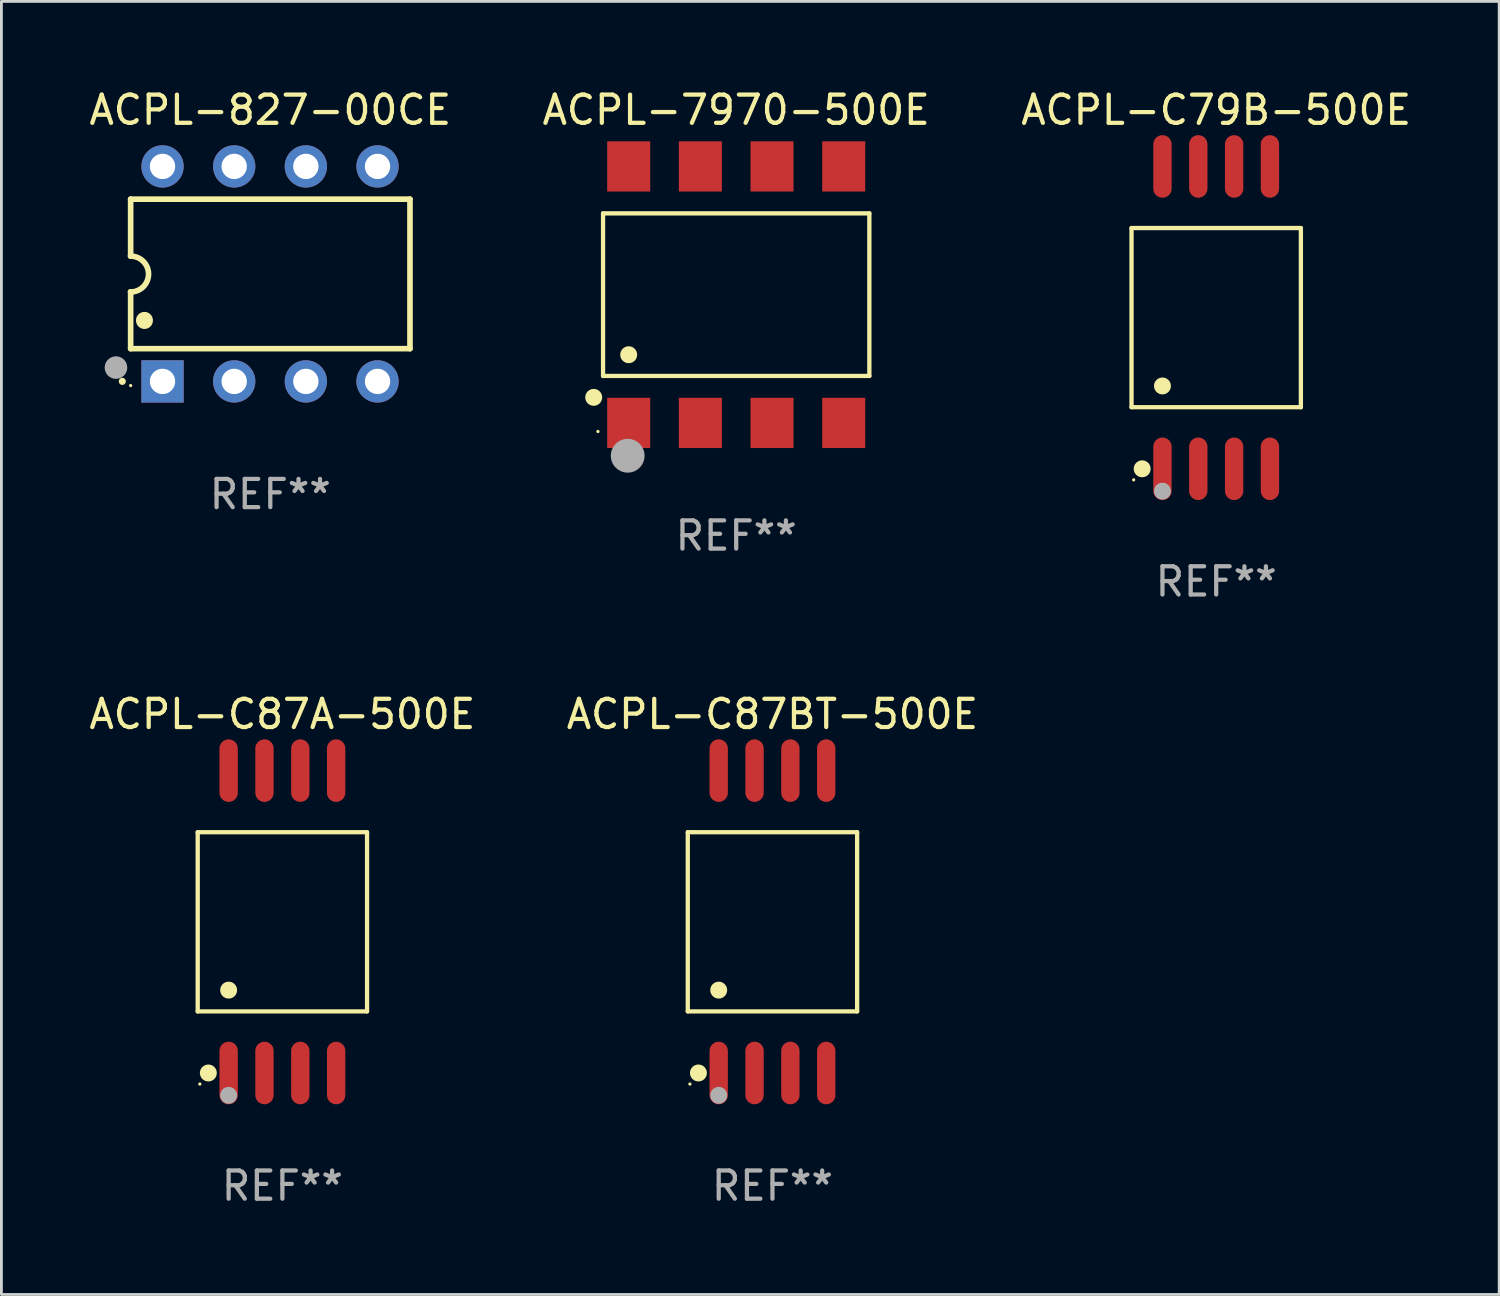
<source format=kicad_pcb>
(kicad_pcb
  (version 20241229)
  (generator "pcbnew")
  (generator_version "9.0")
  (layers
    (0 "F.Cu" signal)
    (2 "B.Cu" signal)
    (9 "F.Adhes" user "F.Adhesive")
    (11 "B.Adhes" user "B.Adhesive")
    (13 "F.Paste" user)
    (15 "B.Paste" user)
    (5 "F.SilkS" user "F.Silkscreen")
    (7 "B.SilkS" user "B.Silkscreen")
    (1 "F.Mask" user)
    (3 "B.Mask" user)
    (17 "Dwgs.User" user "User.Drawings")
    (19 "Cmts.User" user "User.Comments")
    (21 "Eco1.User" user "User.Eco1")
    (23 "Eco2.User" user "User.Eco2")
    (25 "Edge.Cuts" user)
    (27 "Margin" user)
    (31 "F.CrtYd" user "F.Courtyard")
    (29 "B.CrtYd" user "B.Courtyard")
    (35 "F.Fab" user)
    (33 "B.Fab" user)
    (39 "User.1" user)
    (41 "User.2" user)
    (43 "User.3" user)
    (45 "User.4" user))
  (footprint "ACPL-827-00CE"
    (layer "F.Cu")
    (at 6.53 6.658)
    (property "Reference" "ACPL-827-00CE" (at 0 -5.81 0) (layer "F.SilkS") (effects (font (size 1 1) (thickness 0.15))))
    (attr through_hole)
    (fp_line (start -4.95 -2.649) (end 4.95 -2.649) (stroke (width 0.2) (type solid)) (layer "F.SilkS"))
    (fp_line (start -4.95 -0.635) (end -4.95 -2.649) (stroke (width 0.2) (type solid)) (layer "F.SilkS"))
    (fp_line (start -4.95 0.635) (end -4.95 0.64) (stroke (width 0.2) (type solid)) (layer "F.SilkS"))
    (fp_line (start -4.95 2.649) (end -4.95 0.635) (stroke (width 0.2) (type solid)) (layer "F.SilkS"))
    (fp_line (start -4.95 -0.64) (end -4.95 -0.635) (stroke (width 0.2) (type solid)) (layer "F.SilkS"))
    (fp_line (start 4.95 -2.649) (end 4.95 2.649) (stroke (width 0.2) (type solid)) (layer "F.SilkS"))
    (fp_line (start 4.95 2.649) (end -4.95 2.649) (stroke (width 0.2) (type solid)) (layer "F.SilkS"))
    (fp_arc (start -5.24511 3.810008) (mid -5.245117 3.808738) (end -5.24511 3.807468) (stroke (width 0.25) (type solid)) (layer "F.SilkS"))
    (fp_arc (start -4.950165 -0.629997) (mid -4.315164 0.005004) (end -4.950165 0.640005) (stroke (width 0.2) (type solid)) (layer "F.SilkS"))
    (fp_arc (start -4.460249 1.651003) (mid -4.46026 1.648463) (end -4.460249 1.645923) (stroke (width 0.6) (type solid)) (layer "F.SilkS"))
    (fp_circle (center -4.95 3.956) (end -4.92 3.956) (stroke (width 0.06) (type solid)) (fill no) (layer "F.SilkS"))
    (fp_circle (center -5.47 3.32) (end -5.27 3.32) (stroke (width 0.4) (type solid)) (fill no) (layer "F.Fab"))
    (fp_text user "REF**" (at 0 7.81 0) (layer "F.Fab") (effects (font (size 1 1) (thickness 0.15))))
    (pad "1" thru_hole rect (at -3.82 3.81) (size 1.5 1.5) (drill 0.9) (layers "*.Cu" "*.Mask"))
    (pad "2" thru_hole circle (at -1.28 3.81) (size 1.5 1.5) (drill 0.9) (layers "*.Cu" "*.Mask"))
    (pad "3" thru_hole circle (at 1.26 3.81) (size 1.5 1.5) (drill 0.9) (layers "*.Cu" "*.Mask"))
    (pad "4" thru_hole circle (at 3.8 3.81) (size 1.5 1.5) (drill 0.9) (layers "*.Cu" "*.Mask"))
    (pad "5" thru_hole circle (at 3.8 -3.81) (size 1.5 1.5) (drill 0.9) (layers "*.Cu" "*.Mask"))
    (pad "6" thru_hole circle (at 1.26 -3.81) (size 1.5 1.5) (drill 0.9) (layers "*.Cu" "*.Mask"))
    (pad "7" thru_hole circle (at -1.28 -3.81) (size 1.5 1.5) (drill 0.9) (layers "*.Cu" "*.Mask"))
    (pad "8" thru_hole circle (at -3.82 -3.81) (size 1.5 1.5) (drill 0.9) (layers "*.Cu" "*.Mask")))
  (footprint "ACPL-C79B-500E"
    (layer "F.Cu")
    (at 40.054 8.207)
    (property "Reference" "ACPL-C79B-500E" (at 0 -7.358 0) (layer "F.SilkS") (effects (font (size 1 1) (thickness 0.15))))
    (attr through_hole)
    (fp_line (start -3.001 -3.175) (end 3.001 -3.175) (stroke (width 0.152) (type solid)) (layer "F.SilkS"))
    (fp_line (start -3.001 3.175) (end -3.001 -3.175) (stroke (width 0.152) (type solid)) (layer "F.SilkS"))
    (fp_line (start 3.001 -3.175) (end 3.001 3.175) (stroke (width 0.152) (type solid)) (layer "F.SilkS"))
    (fp_line (start 3.001 3.175) (end -3.001 3.175) (stroke (width 0.152) (type solid)) (layer "F.SilkS"))
    (fp_circle (center -2.925 5.75) (end -2.895 5.75) (stroke (width 0.06) (type solid)) (fill no) (layer "F.SilkS"))
    (fp_circle (center -2.624 5.358) (end -2.474 5.358) (stroke (width 0.3) (type solid)) (fill no) (layer "F.SilkS"))
    (fp_circle (center -1.905 2.422) (end -1.755 2.422) (stroke (width 0.3) (type solid)) (fill no) (layer "F.SilkS"))
    (fp_circle (center -1.905 6.15) (end -1.755 6.15) (stroke (width 0.3) (type solid)) (fill no) (layer "F.Fab"))
    (fp_text user "REF**" (at 0 9.358 0) (layer "F.Fab") (effects (font (size 1 1) (thickness 0.15))))
    (pad "1" smd oval (at -1.905 5.358) (size 0.65 2.217) (layers "F.Cu" "F.Mask" "F.Paste"))
    (pad "2" smd oval (at -0.635 5.358) (size 0.65 2.217) (layers "F.Cu" "F.Mask" "F.Paste"))
    (pad "3" smd oval (at 0.635 5.358) (size 0.65 2.217) (layers "F.Cu" "F.Mask" "F.Paste"))
    (pad "4" smd oval (at 1.905 5.358) (size 0.65 2.217) (layers "F.Cu" "F.Mask" "F.Paste"))
    (pad "5" smd oval (at 1.905 -5.358) (size 0.65 2.217) (layers "F.Cu" "F.Mask" "F.Paste"))
    (pad "6" smd oval (at 0.635 -5.358) (size 0.65 2.217) (layers "F.Cu" "F.Mask" "F.Paste"))
    (pad "7" smd oval (at -0.635 -5.358) (size 0.65 2.217) (layers "F.Cu" "F.Mask" "F.Paste"))
    (pad "8" smd oval (at -1.905 -5.358) (size 0.65 2.217) (layers "F.Cu" "F.Mask" "F.Paste")))
  (footprint "ACPL-C87A-500E"
    (layer "F.Cu")
    (at 6.958 29.62)
    (property "Reference" "ACPL-C87A-500E" (at 0 -7.358 0) (layer "F.SilkS") (effects (font (size 1 1) (thickness 0.15))))
    (attr through_hole)
    (fp_line (start -3.001 -3.175) (end 3.001 -3.175) (stroke (width 0.152) (type solid)) (layer "F.SilkS"))
    (fp_line (start -3.001 3.175) (end -3.001 -3.175) (stroke (width 0.152) (type solid)) (layer "F.SilkS"))
    (fp_line (start 3.001 -3.175) (end 3.001 3.175) (stroke (width 0.152) (type solid)) (layer "F.SilkS"))
    (fp_line (start 3.001 3.175) (end -3.001 3.175) (stroke (width 0.152) (type solid)) (layer "F.SilkS"))
    (fp_circle (center -2.925 5.75) (end -2.895 5.75) (stroke (width 0.06) (type solid)) (fill no) (layer "F.SilkS"))
    (fp_circle (center -2.624 5.358) (end -2.474 5.358) (stroke (width 0.3) (type solid)) (fill no) (layer "F.SilkS"))
    (fp_circle (center -1.905 2.422) (end -1.755 2.422) (stroke (width 0.3) (type solid)) (fill no) (layer "F.SilkS"))
    (fp_circle (center -1.905 6.15) (end -1.755 6.15) (stroke (width 0.3) (type solid)) (fill no) (layer "F.Fab"))
    (fp_text user "REF**" (at 0 9.358 0) (layer "F.Fab") (effects (font (size 1 1) (thickness 0.15))))
    (pad "1" smd oval (at -1.905 5.358) (size 0.65 2.217) (layers "F.Cu" "F.Mask" "F.Paste"))
    (pad "2" smd oval (at -0.635 5.358) (size 0.65 2.217) (layers "F.Cu" "F.Mask" "F.Paste"))
    (pad "3" smd oval (at 0.635 5.358) (size 0.65 2.217) (layers "F.Cu" "F.Mask" "F.Paste"))
    (pad "4" smd oval (at 1.905 5.358) (size 0.65 2.217) (layers "F.Cu" "F.Mask" "F.Paste"))
    (pad "5" smd oval (at 1.905 -5.358) (size 0.65 2.217) (layers "F.Cu" "F.Mask" "F.Paste"))
    (pad "6" smd oval (at 0.635 -5.358) (size 0.65 2.217) (layers "F.Cu" "F.Mask" "F.Paste"))
    (pad "7" smd oval (at -0.635 -5.358) (size 0.65 2.217) (layers "F.Cu" "F.Mask" "F.Paste"))
    (pad "8" smd oval (at -1.905 -5.358) (size 0.65 2.217) (layers "F.Cu" "F.Mask" "F.Paste")))
  (footprint "ACPL-7970-500E"
    (layer "F.Cu")
    (at 23.042 7.393)
    (property "Reference" "ACPL-7970-500E" (at 0 -6.545 0) (layer "F.SilkS") (effects (font (size 1 1) (thickness 0.15))))
    (attr through_hole)
    (fp_line (start -4.719 -2.881) (end 4.719 -2.881) (stroke (width 0.152) (type solid)) (layer "F.SilkS"))
    (fp_line (start -4.719 2.881) (end -4.719 -2.881) (stroke (width 0.152) (type solid)) (layer "F.SilkS"))
    (fp_line (start 4.719 -2.881) (end 4.719 2.881) (stroke (width 0.152) (type solid)) (layer "F.SilkS"))
    (fp_line (start 4.719 2.881) (end -4.719 2.881) (stroke (width 0.152) (type solid)) (layer "F.SilkS"))
    (fp_circle (center -5.05 3.64) (end -4.9 3.64) (stroke (width 0.3) (type solid)) (fill no) (layer "F.SilkS"))
    (fp_circle (center -4.9 4.85) (end -4.87 4.85) (stroke (width 0.06) (type solid)) (fill no) (layer "F.SilkS"))
    (fp_circle (center -3.81 2.129) (end -3.66 2.129) (stroke (width 0.3) (type solid)) (fill no) (layer "F.SilkS"))
    (fp_circle (center -3.846 5.709) (end -3.546 5.709) (stroke (width 0.6) (type solid)) (fill no) (layer "F.Fab"))
    (fp_text user "REF**" (at 0 8.545 0) (layer "F.Fab") (effects (font (size 1 1) (thickness 0.15))))
    (pad "1" smd rect (at -3.81 4.545) (size 1.525 1.78) (layers "F.Cu" "F.Mask" "F.Paste"))
    (pad "2" smd rect (at -1.27 4.545) (size 1.525 1.78) (layers "F.Cu" "F.Mask" "F.Paste"))
    (pad "3" smd rect (at 1.27 4.545) (size 1.525 1.78) (layers "F.Cu" "F.Mask" "F.Paste"))
    (pad "4" smd rect (at 3.81 4.545) (size 1.525 1.78) (layers "F.Cu" "F.Mask" "F.Paste"))
    (pad "5" smd rect (at 3.81 -4.545) (size 1.525 1.78) (layers "F.Cu" "F.Mask" "F.Paste"))
    (pad "6" smd rect (at 1.27 -4.545) (size 1.525 1.78) (layers "F.Cu" "F.Mask" "F.Paste"))
    (pad "7" smd rect (at -1.27 -4.545) (size 1.525 1.78) (layers "F.Cu" "F.Mask" "F.Paste"))
    (pad "8" smd rect (at -3.81 -4.545) (size 1.525 1.78) (layers "F.Cu" "F.Mask" "F.Paste")))
  (footprint "ACPL-C87BT-500E"
    (layer "F.Cu")
    (at 24.327 29.62)
    (property "Reference" "ACPL-C87BT-500E" (at 0 -7.358 0) (layer "F.SilkS") (effects (font (size 1 1) (thickness 0.15))))
    (attr through_hole)
    (fp_line (start -3.001 -3.175) (end 3.001 -3.175) (stroke (width 0.152) (type solid)) (layer "F.SilkS"))
    (fp_line (start -3.001 3.175) (end -3.001 -3.175) (stroke (width 0.152) (type solid)) (layer "F.SilkS"))
    (fp_line (start 3.001 -3.175) (end 3.001 3.175) (stroke (width 0.152) (type solid)) (layer "F.SilkS"))
    (fp_line (start 3.001 3.175) (end -3.001 3.175) (stroke (width 0.152) (type solid)) (layer "F.SilkS"))
    (fp_circle (center -2.925 5.75) (end -2.895 5.75) (stroke (width 0.06) (type solid)) (fill no) (layer "F.SilkS"))
    (fp_circle (center -2.624 5.358) (end -2.474 5.358) (stroke (width 0.3) (type solid)) (fill no) (layer "F.SilkS"))
    (fp_circle (center -1.905 2.422) (end -1.755 2.422) (stroke (width 0.3) (type solid)) (fill no) (layer "F.SilkS"))
    (fp_circle (center -1.905 6.15) (end -1.755 6.15) (stroke (width 0.3) (type solid)) (fill no) (layer "F.Fab"))
    (fp_text user "REF**" (at 0 9.358 0) (layer "F.Fab") (effects (font (size 1 1) (thickness 0.15))))
    (pad "1" smd oval (at -1.905 5.358) (size 0.65 2.217) (layers "F.Cu" "F.Mask" "F.Paste"))
    (pad "2" smd oval (at -0.635 5.358) (size 0.65 2.217) (layers "F.Cu" "F.Mask" "F.Paste"))
    (pad "3" smd oval (at 0.635 5.358) (size 0.65 2.217) (layers "F.Cu" "F.Mask" "F.Paste"))
    (pad "4" smd oval (at 1.905 5.358) (size 0.65 2.217) (layers "F.Cu" "F.Mask" "F.Paste"))
    (pad "5" smd oval (at 1.905 -5.358) (size 0.65 2.217) (layers "F.Cu" "F.Mask" "F.Paste"))
    (pad "6" smd oval (at 0.635 -5.358) (size 0.65 2.217) (layers "F.Cu" "F.Mask" "F.Paste"))
    (pad "7" smd oval (at -0.635 -5.358) (size 0.65 2.217) (layers "F.Cu" "F.Mask" "F.Paste"))
    (pad "8" smd oval (at -1.905 -5.358) (size 0.65 2.217) (layers "F.Cu" "F.Mask" "F.Paste")))
  (gr_rect
    (start -3 -3)
    (end 50.083 42.827)
    (stroke (width 0.1) (type default))
    (fill no)
    (layer "Edge.Cuts")))
</source>
